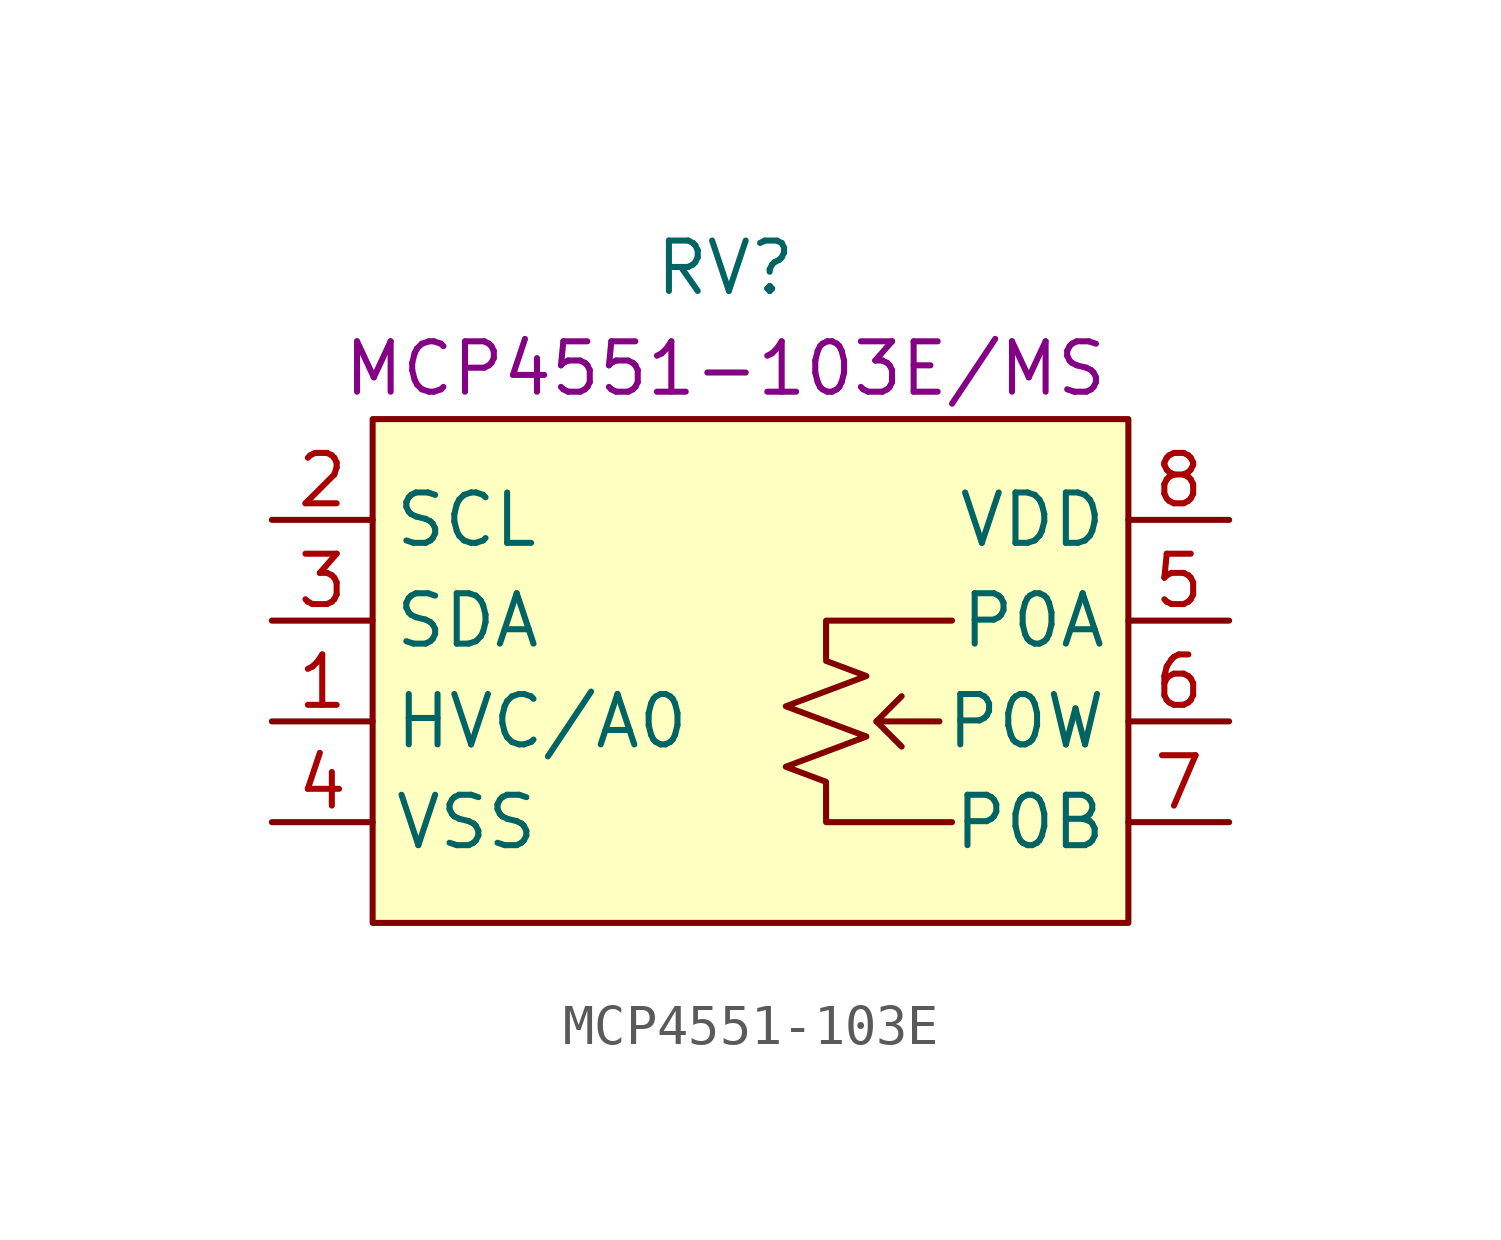
<source format=kicad_sym>
(kicad_symbol_lib
  (version 20211014)
  (generator kicad_symbol_editor)
  (symbol "MCP4551-103E"
    (property "Reference" "RV"
      (at 11.43 6.35 0)
      (effects (font (size 1.27 1.27))))
    (property "P/N" "MCP4551-103E/MS"
      (at 11.43 3.81 0)
      (effects (font (size 1.27 1.27))))
    (symbol "MCP4551-103E_0_0"
      (pin passive line (at 0 -5.08 0) (length 2.54) (name "HVC/A0" (effects (font (size 1.27 1.27)))) (number "1" (effects (font (size 1.27 1.27)))))
      (pin input line (at 0 0 0) (length 2.54) (name "SCL" (effects (font (size 1.27 1.27)))) (number "2" (effects (font (size 1.27 1.27)))))
      (pin bidirectional line (at 0 -2.54 0) (length 2.54) (name "SDA" (effects (font (size 1.27 1.27)))) (number "3" (effects (font (size 1.27 1.27)))))
      (pin power_in line (at 0 -7.62 0) (length 2.54) (name "VSS" (effects (font (size 1.27 1.27)))) (number "4" (effects (font (size 1.27 1.27)))))
      (pin passive line (at 24.13 -2.54 180) (length 2.54) (name "P0A" (effects (font (size 1.27 1.27)))) (number "5" (effects (font (size 1.27 1.27)))))
      (pin passive line (at 24.13 -5.08 180) (length 2.54) (name "P0W" (effects (font (size 1.27 1.27)))) (number "6" (effects (font (size 1.27 1.27)))))
      (pin passive line (at 24.13 -7.62 180) (length 2.54) (name "P0B" (effects (font (size 1.27 1.27)))) (number "7" (effects (font (size 1.27 1.27)))))
      (pin power_in line (at 24.13 0 180) (length 2.54) (name "VDD" (effects (font (size 1.27 1.27)))) (number "8" (effects (font (size 1.27 1.27))))))
    (symbol "MCP4551-103E_0_1"
      (polyline (pts (xy 15.24 -5.08) (xy 15.875 -5.715)) (stroke (width 0) (type default) (color 0 0 0 0)) (fill (type none)))
      (polyline (pts (xy 13.97 -6.668) (xy 13.97 -7.62) (xy 17.145 -7.62)) (stroke (width 0) (type default) (color 0 0 0 0)) (fill (type none)))
      (polyline (pts (xy 13.97 -3.493) (xy 13.97 -2.54) (xy 17.145 -2.54)) (stroke (width 0) (type default) (color 0 0 0 0)) (fill (type none)))
      (polyline (pts (xy 16.828 -5.08) (xy 15.24 -5.08) (xy 15.875 -4.445)) (stroke (width 0) (type default) (color 0 0 0 0)) (fill (type none)))
      (rectangle (start 2.54 -10.16) (end 21.59 2.54) (stroke (width 0) (type default) (color 0 0 0 0)) (fill (type background))))
    (symbol "MCP4551-103E_1_1"
      (polyline (pts (xy 13.97 -5.08) (xy 14.986 -5.461) (xy 13.97 -5.842) (xy 12.954 -6.223) (xy 13.97 -6.604)) (stroke (width 0) (type default) (color 0 0 0 0)) (fill (type none)))
      (polyline (pts (xy 13.97 -3.556) (xy 14.986 -3.937) (xy 13.97 -4.318) (xy 12.954 -4.699) (xy 13.97 -5.08)) (stroke (width 0) (type default) (color 0 0 0 0)) (fill (type none))))))
</source>
